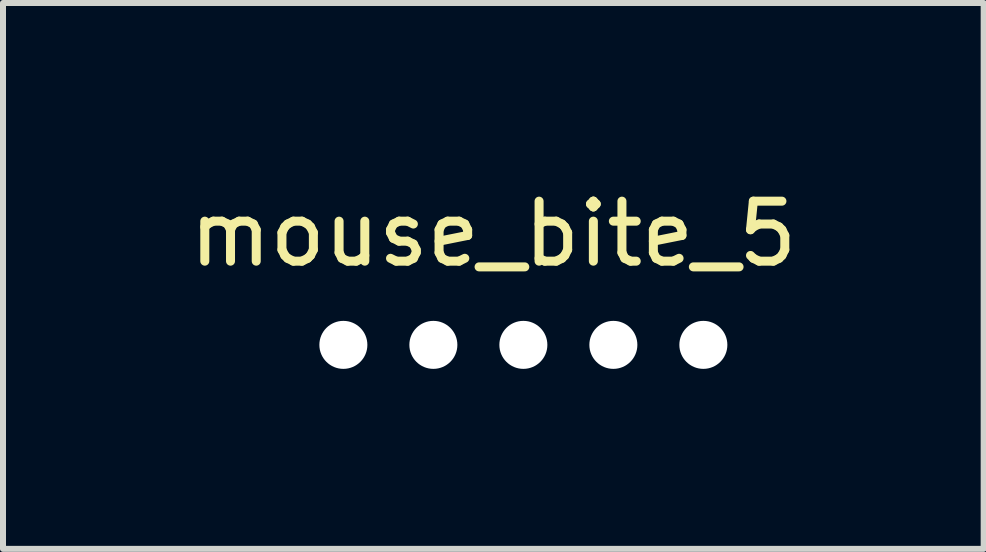
<source format=kicad_pcb>
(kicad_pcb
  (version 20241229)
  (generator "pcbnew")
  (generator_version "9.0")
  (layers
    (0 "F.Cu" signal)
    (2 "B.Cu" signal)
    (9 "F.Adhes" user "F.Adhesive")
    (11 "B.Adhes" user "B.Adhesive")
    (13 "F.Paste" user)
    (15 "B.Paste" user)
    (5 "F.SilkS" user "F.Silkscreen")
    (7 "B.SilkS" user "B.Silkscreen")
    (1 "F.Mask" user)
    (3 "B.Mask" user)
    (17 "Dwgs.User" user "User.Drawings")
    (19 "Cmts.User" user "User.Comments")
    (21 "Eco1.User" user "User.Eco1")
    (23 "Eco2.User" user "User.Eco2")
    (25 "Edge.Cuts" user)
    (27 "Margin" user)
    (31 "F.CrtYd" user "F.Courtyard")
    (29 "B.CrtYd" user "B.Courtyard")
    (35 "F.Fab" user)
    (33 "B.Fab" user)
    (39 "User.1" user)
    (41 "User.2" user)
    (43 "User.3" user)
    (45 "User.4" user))
  (footprint "mouse_bite_5"
    (layer "F.Cu")
    (at 5.673 2.698)
    (property "Reference" "mouse_bite_5" (at -0.5 -1.85 0) (layer "F.SilkS") (effects (font (size 1 1) (thickness 0.15))))
    (attr exclude_from_pos_files exclude_from_bom)
    (pad "" np_thru_hole circle (at -3 0) (size 0.8 0.8) (drill 0.8) (layers "*.Cu" "*.Mask"))
    (pad "" np_thru_hole circle (at -1.5 0) (size 0.8 0.8) (drill 0.8) (layers "*.Cu" "*.Mask"))
    (pad "" np_thru_hole circle (at 0 0) (size 0.8 0.8) (drill 0.8) (layers "*.Cu" "*.Mask"))
    (pad "" np_thru_hole circle (at 1.5 0) (size 0.8 0.8) (drill 0.8) (layers "*.Cu" "*.Mask"))
    (pad "" np_thru_hole circle (at 3 0) (size 0.8 0.8) (drill 0.8) (layers "*.Cu" "*.Mask")))
  (gr_rect
    (start -3 -3)
    (end 13.345 6.098)
    (stroke (width 0.1) (type default))
    (fill no)
    (layer "Edge.Cuts")))
</source>
